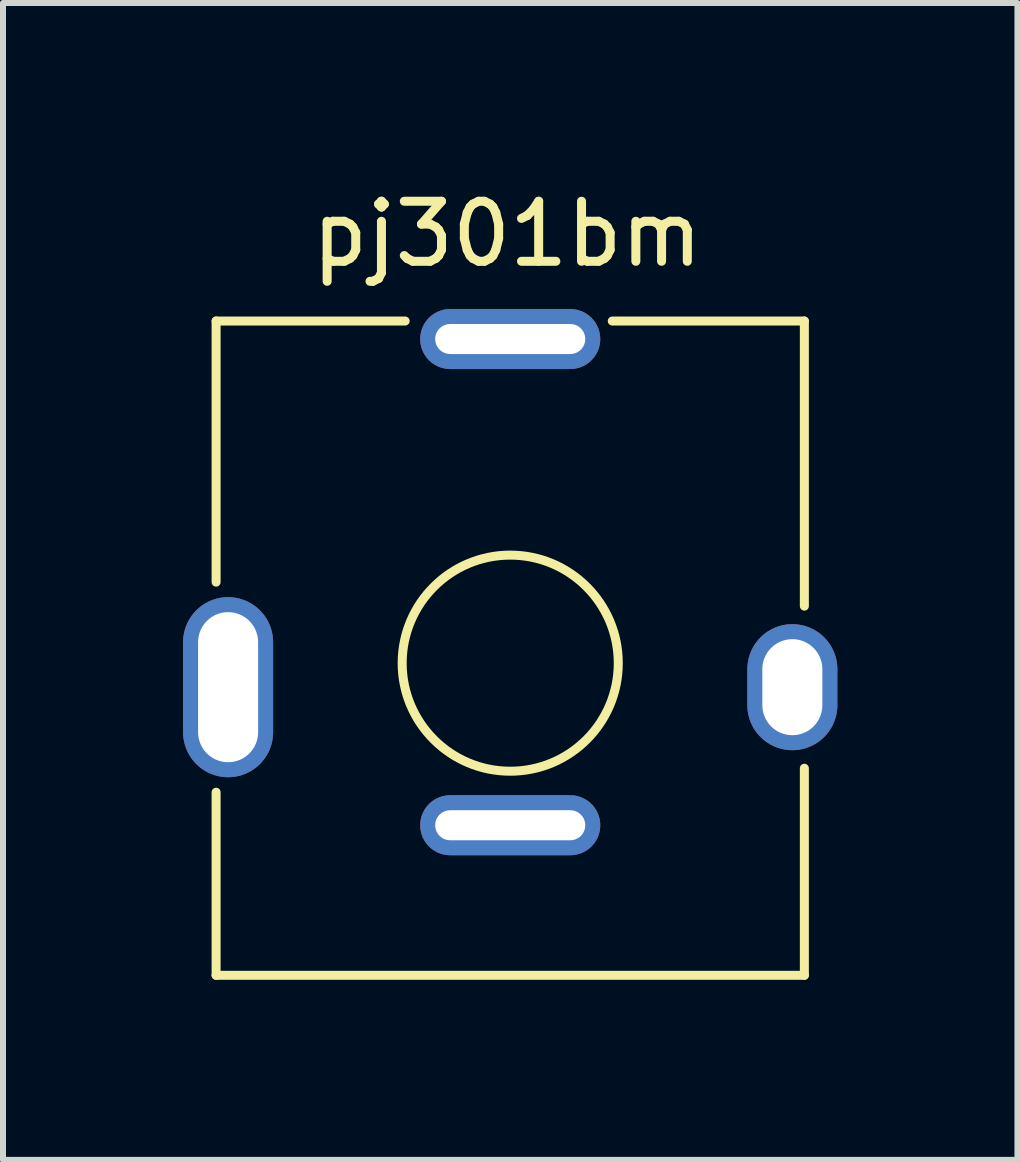
<source format=kicad_pcb>
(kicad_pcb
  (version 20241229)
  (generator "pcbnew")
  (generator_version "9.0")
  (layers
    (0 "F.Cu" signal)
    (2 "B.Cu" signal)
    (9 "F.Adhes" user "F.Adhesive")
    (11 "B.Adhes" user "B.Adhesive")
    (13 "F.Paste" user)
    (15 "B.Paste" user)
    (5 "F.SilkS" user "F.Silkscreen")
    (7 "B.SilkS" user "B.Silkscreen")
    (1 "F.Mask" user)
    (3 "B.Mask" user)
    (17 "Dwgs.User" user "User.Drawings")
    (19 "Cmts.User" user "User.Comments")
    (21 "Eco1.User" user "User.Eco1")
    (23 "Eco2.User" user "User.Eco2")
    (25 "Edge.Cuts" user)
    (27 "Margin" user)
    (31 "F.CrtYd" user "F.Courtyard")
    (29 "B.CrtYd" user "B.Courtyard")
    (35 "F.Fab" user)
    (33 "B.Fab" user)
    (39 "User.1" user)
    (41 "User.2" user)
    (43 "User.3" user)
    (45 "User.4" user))
  (footprint "pj301bm"
    (layer "F.Cu")
    (at 5.45 10.698)
    (property "Reference" "pj301bm" (at -0.05 -9.85 0) (layer "F.SilkS") (effects (font (size 1 1) (thickness 0.15))))
    (attr through_hole)
    (fp_line (start -4.9 -8.4) (end -4.9 -4.05) (stroke (width 0.15) (type solid)) (layer "F.SilkS"))
    (fp_line (start -4.9 -8.4) (end -1.75 -8.4) (stroke (width 0.15) (type solid)) (layer "F.SilkS"))
    (fp_line (start -4.9 2.5) (end -4.9 -0.55) (stroke (width 0.15) (type solid)) (layer "F.SilkS"))
    (fp_line (start -4.9 2.5) (end 4.9 2.5) (stroke (width 0.15) (type solid)) (layer "F.SilkS"))
    (fp_line (start 4.9 -8.4) (end 1.7 -8.4) (stroke (width 0.15) (type solid)) (layer "F.SilkS"))
    (fp_line (start 4.9 -8.4) (end 4.9 -3.65) (stroke (width 0.15) (type solid)) (layer "F.SilkS"))
    (fp_line (start 4.9 2.5) (end 4.9 -0.95) (stroke (width 0.15) (type solid)) (layer "F.SilkS"))
    (fp_circle (center 0 -2.7) (end 1.8 -2.7) (stroke (width 0.15) (type solid)) (fill no) (layer "F.SilkS"))
    (pad "1" thru_hole oval (at 0 -8.1) (size 3 1) (drill oval 2.5 0.5) (layers "*.Cu" "*.Mask"))
    (pad "2" thru_hole oval (at 0 0) (size 3 1) (drill oval 2.5 0.5) (layers "*.Cu" "*.Mask"))
    (pad "3" thru_hole oval (at -4.7 -2.3) (size 1.5 3) (drill oval 1 2.5) (layers "*.Cu" "*.Mask"))
    (pad "3" thru_hole oval (at 4.7 -2.3) (size 1.5 2.1) (drill oval 1 1.6) (layers "*.Cu" "*.Mask")))
  (gr_rect
    (start -3 -3)
    (end 13.9 16.273)
    (stroke (width 0.1) (type default))
    (fill no)
    (layer "Edge.Cuts")))
</source>
